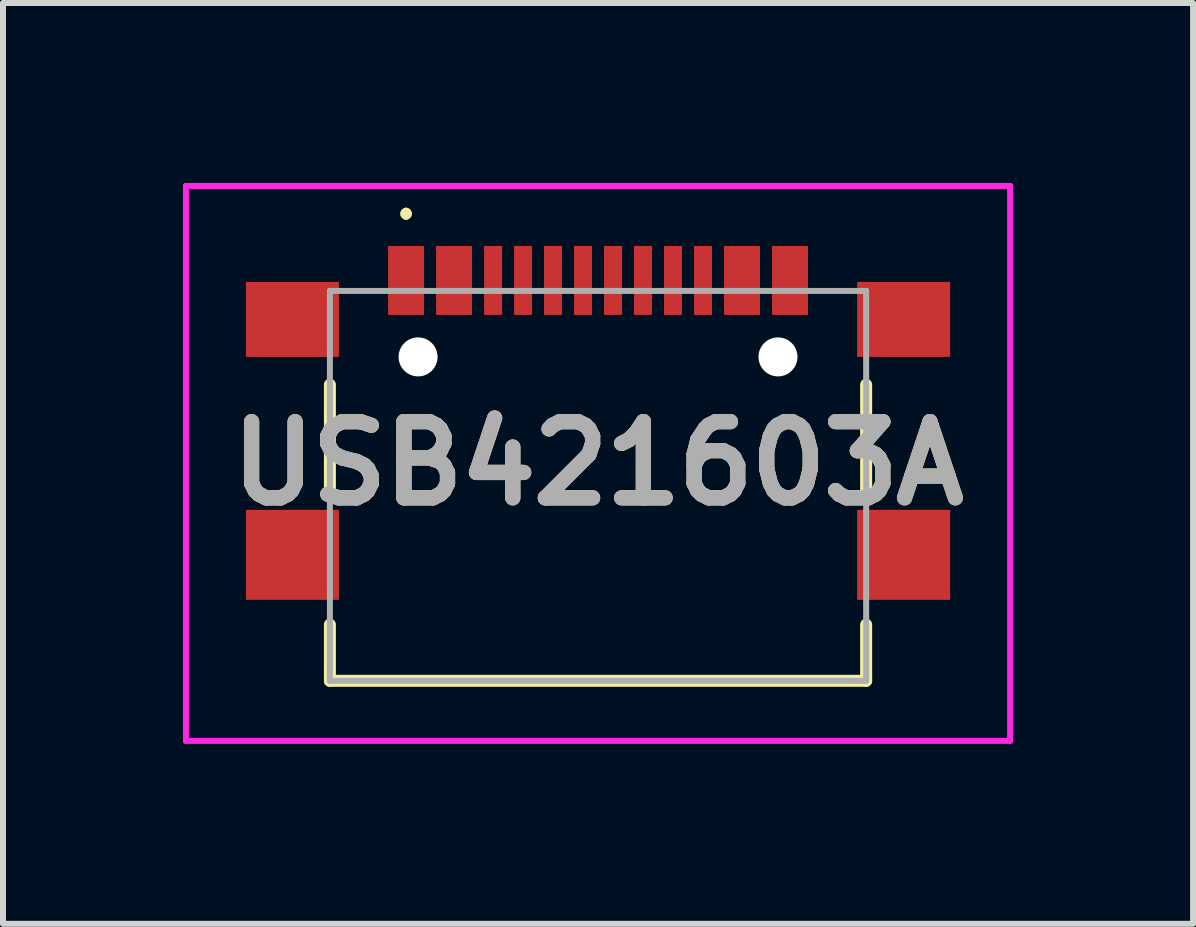
<source format=kicad_pcb>
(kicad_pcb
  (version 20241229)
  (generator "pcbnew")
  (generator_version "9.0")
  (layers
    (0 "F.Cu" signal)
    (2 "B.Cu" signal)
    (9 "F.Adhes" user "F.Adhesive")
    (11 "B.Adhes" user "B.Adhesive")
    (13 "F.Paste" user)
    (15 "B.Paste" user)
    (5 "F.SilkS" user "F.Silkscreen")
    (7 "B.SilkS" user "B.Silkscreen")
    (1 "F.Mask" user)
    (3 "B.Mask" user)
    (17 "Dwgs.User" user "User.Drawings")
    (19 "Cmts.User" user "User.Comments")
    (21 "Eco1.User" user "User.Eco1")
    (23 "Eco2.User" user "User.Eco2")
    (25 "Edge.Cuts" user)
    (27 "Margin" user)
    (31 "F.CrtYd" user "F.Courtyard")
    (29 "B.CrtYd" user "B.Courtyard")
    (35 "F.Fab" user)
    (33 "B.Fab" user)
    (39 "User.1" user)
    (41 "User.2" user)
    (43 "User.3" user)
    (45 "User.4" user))
  (footprint "USB421603A"
    (layer "F.Cu")
    (at 6.92 4.963)
    (property "Reference" "USB421603A" (at 0 -0.288 0) (layer "F.SilkS") (effects (font (size 1.27 1.27) (thickness 0.254))))
    (attr through_hole)
    (fp_line (start -4.47 -1.6) (end -4.47 0.2) (stroke (width 0.2) (type solid)) (layer "F.SilkS"))
    (fp_line (start -4.47 2.4) (end -4.47 3.337) (stroke (width 0.2) (type solid)) (layer "F.SilkS"))
    (fp_line (start -4.47 3.337) (end 4.47 3.337) (stroke (width 0.2) (type solid)) (layer "F.SilkS"))
    (fp_line (start -3.2 -4.5) (end -3.2 -4.5) (stroke (width 0.1) (type solid)) (layer "F.SilkS"))
    (fp_line (start -3.2 -4.4) (end -3.2 -4.4) (stroke (width 0.1) (type solid)) (layer "F.SilkS"))
    (fp_line (start 4.47 -1.6) (end 4.47 0.2) (stroke (width 0.2) (type solid)) (layer "F.SilkS"))
    (fp_line (start 4.47 3.337) (end 4.47 2.4) (stroke (width 0.2) (type solid)) (layer "F.SilkS"))
    (fp_arc (start -3.2 -4.5) (mid -3.15 -4.45) (end -3.2 -4.4) (stroke (width 0.1) (type solid)) (layer "F.SilkS"))
    (fp_arc (start -3.2 -4.4) (mid -3.25 -4.45) (end -3.2 -4.5) (stroke (width 0.1) (type solid)) (layer "F.SilkS"))
    (fp_line (start -6.87 -4.913) (end 6.87 -4.913) (stroke (width 0.1) (type solid)) (layer "F.CrtYd"))
    (fp_line (start -6.87 4.338) (end -6.87 -4.913) (stroke (width 0.1) (type solid)) (layer "F.CrtYd"))
    (fp_line (start 6.87 -4.913) (end 6.87 4.338) (stroke (width 0.1) (type solid)) (layer "F.CrtYd"))
    (fp_line (start 6.87 4.338) (end -6.87 4.338) (stroke (width 0.1) (type solid)) (layer "F.CrtYd"))
    (fp_line (start -4.47 -3.163) (end 4.47 -3.163) (stroke (width 0.1) (type solid)) (layer "F.Fab"))
    (fp_line (start -4.47 3.337) (end -4.47 -3.163) (stroke (width 0.1) (type solid)) (layer "F.Fab"))
    (fp_line (start 4.47 -3.163) (end 4.47 3.337) (stroke (width 0.1) (type solid)) (layer "F.Fab"))
    (fp_line (start 4.47 3.337) (end -4.47 3.337) (stroke (width 0.1) (type solid)) (layer "F.Fab"))
    (fp_text user "${REFERENCE}" (at 0 -0.288 0) (layer "F.Fab") (effects (font (size 1.27 1.27) (thickness 0.254))))
    (pad "" np_thru_hole circle (at -3 -2.063) (size 0.65 0.65) (drill 0.65) (layers "*.Cu" "*.Mask"))
    (pad "" np_thru_hole circle (at 3 -2.063) (size 0.65 0.65) (drill 0.65) (layers "*.Cu" "*.Mask"))
    (pad "A1" smd rect (at -3.2 -3.338) (size 0.6 1.15) (layers "F.Cu" "F.Mask" "F.Paste"))
    (pad "A4" smd rect (at -2.4 -3.338) (size 0.6 1.15) (layers "F.Cu" "F.Mask" "F.Paste"))
    (pad "A5" smd rect (at -1.25 -3.338) (size 0.3 1.15) (layers "F.Cu" "F.Mask" "F.Paste"))
    (pad "A6" smd rect (at -0.25 -3.338) (size 0.3 1.15) (layers "F.Cu" "F.Mask" "F.Paste"))
    (pad "A7" smd rect (at 0.25 -3.338) (size 0.3 1.15) (layers "F.Cu" "F.Mask" "F.Paste"))
    (pad "A8" smd rect (at 1.25 -3.338) (size 0.3 1.15) (layers "F.Cu" "F.Mask" "F.Paste"))
    (pad "B1" smd rect (at 3.2 -3.338) (size 0.6 1.15) (layers "F.Cu" "F.Mask" "F.Paste"))
    (pad "B4" smd rect (at 2.4 -3.338) (size 0.6 1.15) (layers "F.Cu" "F.Mask" "F.Paste"))
    (pad "B5" smd rect (at 1.75 -3.338) (size 0.3 1.15) (layers "F.Cu" "F.Mask" "F.Paste"))
    (pad "B6" smd rect (at 0.75 -3.338) (size 0.3 1.15) (layers "F.Cu" "F.Mask" "F.Paste"))
    (pad "B7" smd rect (at -0.75 -3.338) (size 0.3 1.15) (layers "F.Cu" "F.Mask" "F.Paste"))
    (pad "B8" smd rect (at -1.75 -3.338) (size 0.3 1.15) (layers "F.Cu" "F.Mask" "F.Paste"))
    (pad "G1" smd rect (at -5.095 -2.688 90) (size 1.25 1.55) (layers "F.Cu" "F.Mask" "F.Paste"))
    (pad "G2" smd rect (at 5.095 -2.688 90) (size 1.25 1.55) (layers "F.Cu" "F.Mask" "F.Paste"))
    (pad "G3" smd rect (at 5.095 1.237 90) (size 1.5 1.55) (layers "F.Cu" "F.Mask" "F.Paste"))
    (pad "G4" smd rect (at -5.095 1.237 90) (size 1.5 1.55) (layers "F.Cu" "F.Mask" "F.Paste")))
  (gr_rect
    (start -3 -3)
    (end 16.84 12.351)
    (stroke (width 0.1) (type default))
    (fill no)
    (layer "Edge.Cuts")))
</source>
